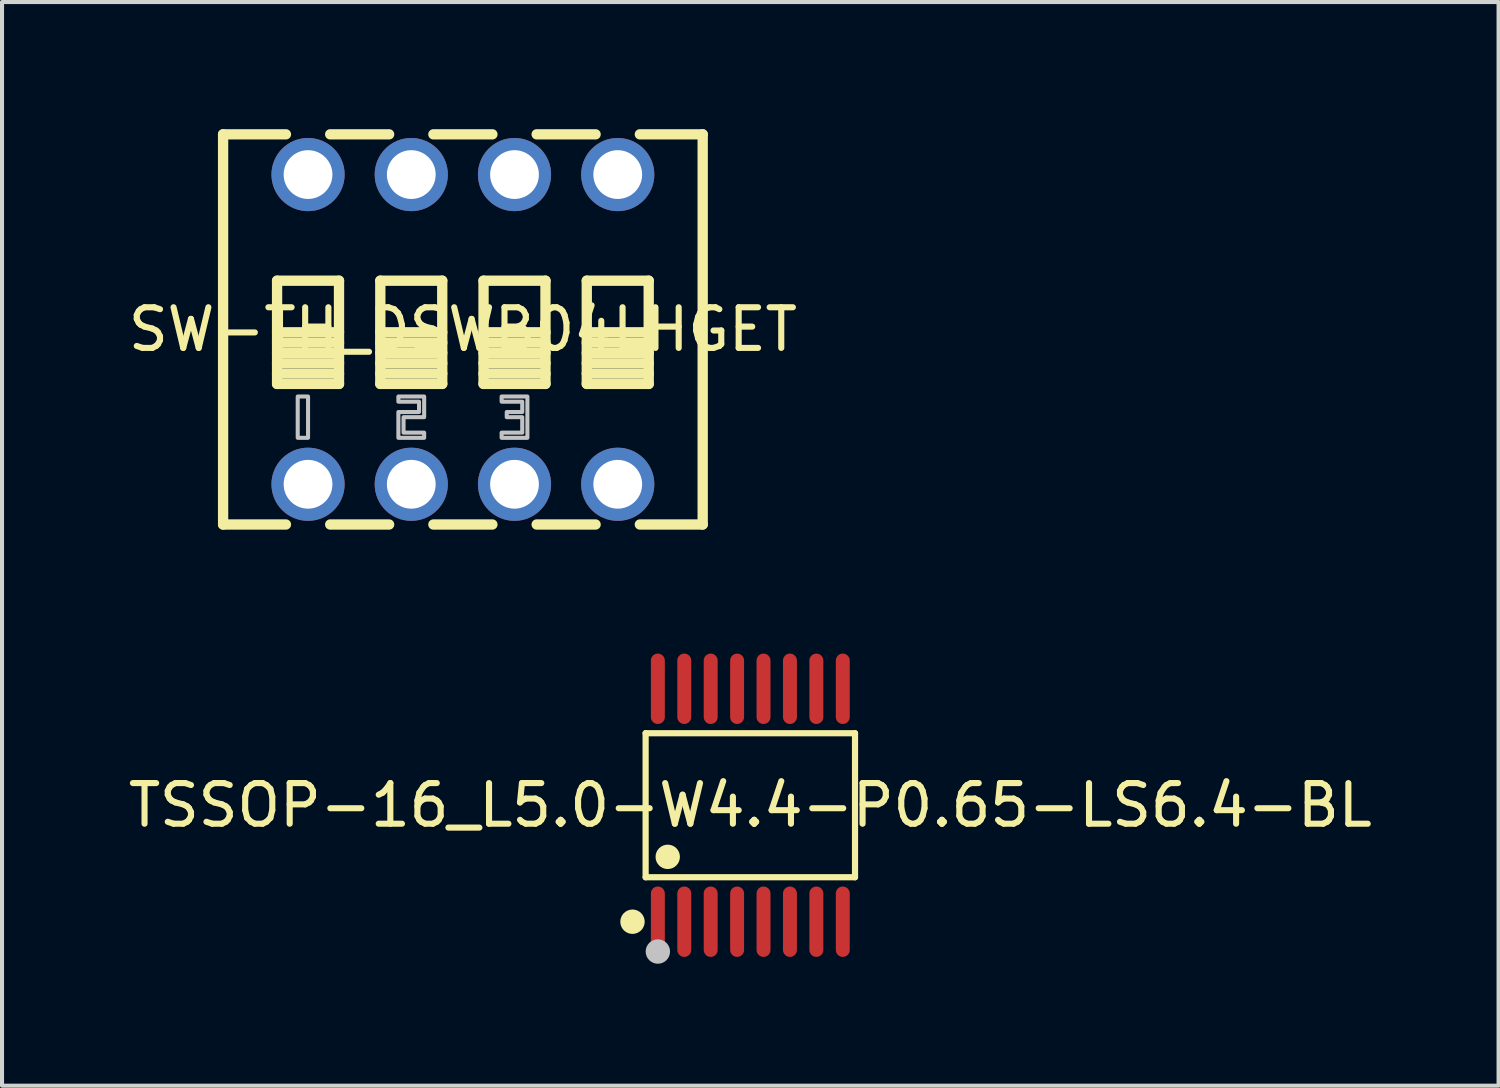
<source format=kicad_pcb>
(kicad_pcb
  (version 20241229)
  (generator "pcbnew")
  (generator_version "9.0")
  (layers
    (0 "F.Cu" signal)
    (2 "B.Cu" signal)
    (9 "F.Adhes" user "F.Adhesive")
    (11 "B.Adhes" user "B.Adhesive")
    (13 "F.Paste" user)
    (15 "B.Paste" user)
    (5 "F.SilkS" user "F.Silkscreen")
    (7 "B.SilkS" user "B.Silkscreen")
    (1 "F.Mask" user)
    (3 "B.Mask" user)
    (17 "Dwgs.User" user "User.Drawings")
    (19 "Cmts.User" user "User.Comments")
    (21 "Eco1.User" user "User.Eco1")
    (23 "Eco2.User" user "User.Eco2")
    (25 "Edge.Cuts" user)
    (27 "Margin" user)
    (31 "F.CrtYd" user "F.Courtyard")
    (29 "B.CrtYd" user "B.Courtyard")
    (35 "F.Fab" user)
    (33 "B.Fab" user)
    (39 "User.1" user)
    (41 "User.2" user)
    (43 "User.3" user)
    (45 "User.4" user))
  (footprint "SW-TH_DSWB04LHGET"
    (layer "F.Cu")
    (at 8.339 5.055)
    (property "Reference" "SW-TH_DSWB04LHGET" (at 0 0 0) (layer "F.SilkS") (effects (font (size 1 1) (thickness 0.15))))
    (fp_line (start -5.9 -4.8) (end -4.354 -4.8) (stroke (width 0.254) (type default)) (layer "F.SilkS"))
    (fp_line (start -5.9 4.8) (end -5.9 -4.8) (stroke (width 0.254) (type default)) (layer "F.SilkS"))
    (fp_line (start -5.9 4.8) (end -4.354 4.8) (stroke (width 0.254) (type default)) (layer "F.SilkS"))
    (fp_line (start -4.572 -1.199) (end -3.048 -1.199) (stroke (width 0.254) (type default)) (layer "F.SilkS"))
    (fp_line (start -4.572 0.071) (end -3.048 0.071) (stroke (width 0.254) (type default)) (layer "F.SilkS"))
    (fp_line (start -4.572 0.325) (end -3.048 0.325) (stroke (width 0.254) (type default)) (layer "F.SilkS"))
    (fp_line (start -4.572 0.579) (end -3.048 0.579) (stroke (width 0.254) (type default)) (layer "F.SilkS"))
    (fp_line (start -4.572 0.833) (end -3.048 0.833) (stroke (width 0.254) (type default)) (layer "F.SilkS"))
    (fp_line (start -4.572 1.087) (end -3.048 1.087) (stroke (width 0.254) (type default)) (layer "F.SilkS"))
    (fp_line (start -4.572 1.341) (end -4.572 -1.199) (stroke (width 0.254) (type default)) (layer "F.SilkS"))
    (fp_line (start -3.265 -4.8) (end -1.815 -4.8) (stroke (width 0.254) (type default)) (layer "F.SilkS"))
    (fp_line (start -3.265 4.8) (end -1.815 4.8) (stroke (width 0.254) (type default)) (layer "F.SilkS"))
    (fp_line (start -3.048 -1.199) (end -3.048 1.341) (stroke (width 0.254) (type default)) (layer "F.SilkS"))
    (fp_line (start -3.048 1.341) (end -4.572 1.341) (stroke (width 0.254) (type default)) (layer "F.SilkS"))
    (fp_line (start -2.032 -1.199) (end -0.508 -1.199) (stroke (width 0.254) (type default)) (layer "F.SilkS"))
    (fp_line (start -2.032 0.071) (end -0.508 0.071) (stroke (width 0.254) (type default)) (layer "F.SilkS"))
    (fp_line (start -2.032 0.325) (end -0.508 0.325) (stroke (width 0.254) (type default)) (layer "F.SilkS"))
    (fp_line (start -2.032 0.579) (end -0.508 0.579) (stroke (width 0.254) (type default)) (layer "F.SilkS"))
    (fp_line (start -2.032 0.833) (end -0.508 0.833) (stroke (width 0.254) (type default)) (layer "F.SilkS"))
    (fp_line (start -2.032 1.087) (end -0.508 1.087) (stroke (width 0.254) (type default)) (layer "F.SilkS"))
    (fp_line (start -2.032 1.341) (end -2.032 -1.199) (stroke (width 0.254) (type default)) (layer "F.SilkS"))
    (fp_line (start -0.726 -4.8) (end 0.726 -4.8) (stroke (width 0.254) (type default)) (layer "F.SilkS"))
    (fp_line (start -0.726 4.8) (end 0.726 4.8) (stroke (width 0.254) (type default)) (layer "F.SilkS"))
    (fp_line (start -0.508 -1.199) (end -0.508 1.341) (stroke (width 0.254) (type default)) (layer "F.SilkS"))
    (fp_line (start -0.508 1.341) (end -2.032 1.341) (stroke (width 0.254) (type default)) (layer "F.SilkS"))
    (fp_line (start 0.508 -1.199) (end 2.032 -1.199) (stroke (width 0.254) (type default)) (layer "F.SilkS"))
    (fp_line (start 0.508 0.071) (end 2.032 0.071) (stroke (width 0.254) (type default)) (layer "F.SilkS"))
    (fp_line (start 0.508 0.325) (end 2.032 0.325) (stroke (width 0.254) (type default)) (layer "F.SilkS"))
    (fp_line (start 0.508 0.579) (end 2.032 0.579) (stroke (width 0.254) (type default)) (layer "F.SilkS"))
    (fp_line (start 0.508 0.833) (end 2.032 0.833) (stroke (width 0.254) (type default)) (layer "F.SilkS"))
    (fp_line (start 0.508 1.087) (end 2.032 1.087) (stroke (width 0.254) (type default)) (layer "F.SilkS"))
    (fp_line (start 0.508 1.341) (end 0.508 -1.199) (stroke (width 0.254) (type default)) (layer "F.SilkS"))
    (fp_line (start 1.815 -4.8) (end 3.265 -4.8) (stroke (width 0.254) (type default)) (layer "F.SilkS"))
    (fp_line (start 1.815 4.8) (end 3.265 4.8) (stroke (width 0.254) (type default)) (layer "F.SilkS"))
    (fp_line (start 2.032 -1.199) (end 2.032 1.341) (stroke (width 0.254) (type default)) (layer "F.SilkS"))
    (fp_line (start 2.032 1.341) (end 0.508 1.341) (stroke (width 0.254) (type default)) (layer "F.SilkS"))
    (fp_line (start 3.048 -1.199) (end 4.572 -1.199) (stroke (width 0.254) (type default)) (layer "F.SilkS"))
    (fp_line (start 3.048 0.071) (end 4.572 0.071) (stroke (width 0.254) (type default)) (layer "F.SilkS"))
    (fp_line (start 3.048 0.325) (end 4.572 0.325) (stroke (width 0.254) (type default)) (layer "F.SilkS"))
    (fp_line (start 3.048 0.579) (end 4.572 0.579) (stroke (width 0.254) (type default)) (layer "F.SilkS"))
    (fp_line (start 3.048 0.833) (end 4.572 0.833) (stroke (width 0.254) (type default)) (layer "F.SilkS"))
    (fp_line (start 3.048 1.087) (end 4.572 1.087) (stroke (width 0.254) (type default)) (layer "F.SilkS"))
    (fp_line (start 3.048 1.341) (end 3.048 -1.199) (stroke (width 0.254) (type default)) (layer "F.SilkS"))
    (fp_line (start 4.354 -4.8) (end 5.9 -4.8) (stroke (width 0.254) (type default)) (layer "F.SilkS"))
    (fp_line (start 4.354 4.8) (end 5.9 4.8) (stroke (width 0.254) (type default)) (layer "F.SilkS"))
    (fp_line (start 4.572 -1.199) (end 4.572 1.341) (stroke (width 0.254) (type default)) (layer "F.SilkS"))
    (fp_line (start 4.572 1.341) (end 3.048 1.341) (stroke (width 0.254) (type default)) (layer "F.SilkS"))
    (fp_line (start 5.9 -4.8) (end 5.9 4.8) (stroke (width 0.254) (type default)) (layer "F.SilkS"))
    (fp_poly (pts (xy -4.064 1.651) (xy -4.064 2.667) (xy -3.81 2.667) (xy -3.81 1.651)) (stroke (width 0.1) (type default)) (fill no) (layer "Dwgs.User"))
    (fp_poly (pts (xy -1.46 1.651) (xy -0.953 1.651) (xy -0.953 2.159) (xy -1.46 2.159) (xy -1.46 2.54) (xy -0.953 2.54) (xy -0.953 2.667) (xy -1.587 2.667) (xy -1.587 2.032) (xy -1.079 2.032) (xy -1.079 1.778) (xy -1.587 1.778) (xy -1.587 1.651)) (stroke (width 0.1) (type default)) (fill no) (layer "Dwgs.User"))
    (fp_poly (pts (xy 1.079 1.651) (xy 1.587 1.651) (xy 1.587 2.667) (xy 1.079 2.667) (xy 0.953 2.667) (xy 0.953 2.54) (xy 1.46 2.54) (xy 1.46 2.159) (xy 1.079 2.159) (xy 1.079 2.032) (xy 1.46 2.032) (xy 1.46 1.778) (xy 0.953 1.778) (xy 0.953 1.651)) (stroke (width 0.1) (type default)) (fill no) (layer "Dwgs.User"))
    (fp_poly (pts (xy -4.11 -3.66) (xy -4.11 -3.96) (xy -3.51 -3.96) (xy -3.51 -3.66)) (stroke (width 0.1) (type default)) (fill no) (layer "User.1"))
    (fp_poly (pts (xy -4.11 3.96) (xy -4.11 3.66) (xy -3.51 3.66) (xy -3.51 3.96)) (stroke (width 0.1) (type default)) (fill no) (layer "User.1"))
    (fp_poly (pts (xy -1.57 -3.66) (xy -1.57 -3.96) (xy -0.97 -3.96) (xy -0.97 -3.66)) (stroke (width 0.1) (type default)) (fill no) (layer "User.1"))
    (fp_poly (pts (xy -1.57 3.96) (xy -1.57 3.66) (xy -0.97 3.66) (xy -0.97 3.96)) (stroke (width 0.1) (type default)) (fill no) (layer "User.1"))
    (fp_poly (pts (xy 0.97 -3.66) (xy 0.97 -3.96) (xy 1.57 -3.96) (xy 1.57 -3.66)) (stroke (width 0.1) (type default)) (fill no) (layer "User.1"))
    (fp_poly (pts (xy 0.97 3.96) (xy 0.97 3.66) (xy 1.57 3.66) (xy 1.57 3.96)) (stroke (width 0.1) (type default)) (fill no) (layer "User.1"))
    (fp_poly (pts (xy 3.51 -3.66) (xy 3.51 -3.96) (xy 4.11 -3.96) (xy 4.11 -3.66)) (stroke (width 0.1) (type default)) (fill no) (layer "User.1"))
    (fp_poly (pts (xy 3.51 3.96) (xy 3.51 3.66) (xy 4.11 3.66) (xy 4.11 3.96)) (stroke (width 0.1) (type default)) (fill no) (layer "User.1"))
    (fp_line (start -5.79 -4.95) (end 5.79 -4.95) (stroke (width 0.051) (type default)) (layer "User.2"))
    (fp_line (start -5.79 4.95) (end -5.79 -4.95) (stroke (width 0.051) (type default)) (layer "User.2"))
    (fp_line (start 5.79 -4.95) (end 5.79 4.95) (stroke (width 0.051) (type default)) (layer "User.2"))
    (fp_line (start 5.79 4.95) (end -5.79 4.95) (stroke (width 0.051) (type default)) (layer "User.2"))
    (fp_poly (pts (xy -5.735 -4.973) (xy -5.767 -5.005) (xy -5.813 -5.005) (xy -5.845 -4.973) (xy -5.845 -4.927) (xy -5.813 -4.895) (xy -5.767 -4.895) (xy -5.735 -4.927)) (stroke (width 0.1) (type default)) (fill no) (layer "User.3"))
    (pad "1" thru_hole circle (at -3.81 -3.81) (size 1.8 1.8) (drill 1.2) (layers "*.Cu" "*.Mask"))
    (pad "2" thru_hole circle (at -1.27 -3.81) (size 1.8 1.8) (drill 1.2) (layers "*.Cu" "*.Mask"))
    (pad "3" thru_hole circle (at 1.27 -3.81) (size 1.8 1.8) (drill 1.2) (layers "*.Cu" "*.Mask"))
    (pad "4" thru_hole circle (at 3.81 -3.81) (size 1.8 1.8) (drill 1.2) (layers "*.Cu" "*.Mask"))
    (pad "5" thru_hole circle (at -3.81 3.81) (size 1.8 1.8) (drill 1.2) (layers "*.Cu" "*.Mask"))
    (pad "6" thru_hole circle (at -1.27 3.81) (size 1.8 1.8) (drill 1.2) (layers "*.Cu" "*.Mask"))
    (pad "7" thru_hole circle (at 1.27 3.81) (size 1.8 1.8) (drill 1.2) (layers "*.Cu" "*.Mask"))
    (pad "8" thru_hole circle (at 3.81 3.81) (size 1.8 1.8) (drill 1.2) (layers "*.Cu" "*.Mask")))
  (footprint "TSSOP-16_L5.0-W4.4-P0.65-LS6.4-BL"
    (layer "F.Cu")
    (at 15.411 16.762)
    (property "Reference" "TSSOP-16_L5.0-W4.4-P0.65-LS6.4-BL" (at 0 0 0) (layer "F.SilkS") (effects (font (size 1 1) (thickness 0.15))))
    (fp_line (start -2.576 -1.772) (end 2.576 -1.772) (stroke (width 0.152) (type default)) (layer "F.SilkS"))
    (fp_line (start -2.576 1.772) (end -2.576 -1.772) (stroke (width 0.152) (type default)) (layer "F.SilkS"))
    (fp_line (start 2.576 -1.772) (end 2.576 1.772) (stroke (width 0.152) (type default)) (layer "F.SilkS"))
    (fp_line (start 2.576 1.772) (end -2.576 1.772) (stroke (width 0.152) (type default)) (layer "F.SilkS"))
    (fp_circle (center -2.899 2.866) (end -2.749 2.866) (stroke (width 0.3) (type default)) (fill no) (layer "F.SilkS"))
    (fp_circle (center -2.032 1.27) (end -1.882 1.27) (stroke (width 0.3) (type default)) (fill no) (layer "F.SilkS"))
    (fp_circle (center -2.275 3.6) (end -2.125 3.6) (stroke (width 0.3) (type default)) (fill no) (layer "Dwgs.User"))
    (fp_poly (pts (xy -2.397 -3.2) (xy -2.397 -2.6) (xy -2.152 -2.6) (xy -2.152 -3.2)) (stroke (width 0.1) (type default)) (fill no) (layer "User.1"))
    (fp_poly (pts (xy -2.397 -2.61) (xy -2.397 -2.19) (xy -2.152 -2.19) (xy -2.152 -2.61)) (stroke (width 0.1) (type default)) (fill no) (layer "User.1"))
    (fp_poly (pts (xy -2.397 2.61) (xy -2.397 2.19) (xy -2.152 2.19) (xy -2.152 2.61)) (stroke (width 0.1) (type default)) (fill no) (layer "User.1"))
    (fp_poly (pts (xy -2.397 3.2) (xy -2.397 2.6) (xy -2.152 2.6) (xy -2.152 3.2)) (stroke (width 0.1) (type default)) (fill no) (layer "User.1"))
    (fp_poly (pts (xy -1.748 -3.2) (xy -1.748 -2.6) (xy -1.502 -2.6) (xy -1.502 -3.2)) (stroke (width 0.1) (type default)) (fill no) (layer "User.1"))
    (fp_poly (pts (xy -1.748 -2.61) (xy -1.748 -2.19) (xy -1.502 -2.19) (xy -1.502 -2.61)) (stroke (width 0.1) (type default)) (fill no) (layer "User.1"))
    (fp_poly (pts (xy -1.748 2.61) (xy -1.748 2.19) (xy -1.502 2.19) (xy -1.502 2.61)) (stroke (width 0.1) (type default)) (fill no) (layer "User.1"))
    (fp_poly (pts (xy -1.748 3.2) (xy -1.748 2.6) (xy -1.502 2.6) (xy -1.502 3.2)) (stroke (width 0.1) (type default)) (fill no) (layer "User.1"))
    (fp_poly (pts (xy -1.097 -3.2) (xy -1.097 -2.6) (xy -0.853 -2.6) (xy -0.853 -3.2)) (stroke (width 0.1) (type default)) (fill no) (layer "User.1"))
    (fp_poly (pts (xy -1.097 -2.61) (xy -1.097 -2.19) (xy -0.853 -2.19) (xy -0.853 -2.61)) (stroke (width 0.1) (type default)) (fill no) (layer "User.1"))
    (fp_poly (pts (xy -1.097 2.61) (xy -1.097 2.19) (xy -0.853 2.19) (xy -0.853 2.61)) (stroke (width 0.1) (type default)) (fill no) (layer "User.1"))
    (fp_poly (pts (xy -1.097 3.2) (xy -1.097 2.6) (xy -0.853 2.6) (xy -0.853 3.2)) (stroke (width 0.1) (type default)) (fill no) (layer "User.1"))
    (fp_poly (pts (xy -0.448 -3.2) (xy -0.448 -2.6) (xy -0.203 -2.6) (xy -0.203 -3.2)) (stroke (width 0.1) (type default)) (fill no) (layer "User.1"))
    (fp_poly (pts (xy -0.448 -2.61) (xy -0.448 -2.19) (xy -0.203 -2.19) (xy -0.203 -2.61)) (stroke (width 0.1) (type default)) (fill no) (layer "User.1"))
    (fp_poly (pts (xy -0.448 2.61) (xy -0.448 2.19) (xy -0.203 2.19) (xy -0.203 2.61)) (stroke (width 0.1) (type default)) (fill no) (layer "User.1"))
    (fp_poly (pts (xy -0.448 3.2) (xy -0.448 2.6) (xy -0.203 2.6) (xy -0.203 3.2)) (stroke (width 0.1) (type default)) (fill no) (layer "User.1"))
    (fp_poly (pts (xy 0.203 -3.2) (xy 0.203 -2.6) (xy 0.448 -2.6) (xy 0.448 -3.2)) (stroke (width 0.1) (type default)) (fill no) (layer "User.1"))
    (fp_poly (pts (xy 0.203 -2.61) (xy 0.203 -2.19) (xy 0.448 -2.19) (xy 0.448 -2.61)) (stroke (width 0.1) (type default)) (fill no) (layer "User.1"))
    (fp_poly (pts (xy 0.203 2.61) (xy 0.203 2.19) (xy 0.448 2.19) (xy 0.448 2.61)) (stroke (width 0.1) (type default)) (fill no) (layer "User.1"))
    (fp_poly (pts (xy 0.203 3.2) (xy 0.203 2.6) (xy 0.448 2.6) (xy 0.448 3.2)) (stroke (width 0.1) (type default)) (fill no) (layer "User.1"))
    (fp_poly (pts (xy 0.853 -3.2) (xy 0.853 -2.6) (xy 1.097 -2.6) (xy 1.097 -3.2)) (stroke (width 0.1) (type default)) (fill no) (layer "User.1"))
    (fp_poly (pts (xy 0.853 -2.61) (xy 0.853 -2.19) (xy 1.097 -2.19) (xy 1.097 -2.61)) (stroke (width 0.1) (type default)) (fill no) (layer "User.1"))
    (fp_poly (pts (xy 0.853 2.61) (xy 0.853 2.19) (xy 1.097 2.19) (xy 1.097 2.61)) (stroke (width 0.1) (type default)) (fill no) (layer "User.1"))
    (fp_poly (pts (xy 0.853 3.2) (xy 0.853 2.6) (xy 1.097 2.6) (xy 1.097 3.2)) (stroke (width 0.1) (type default)) (fill no) (layer "User.1"))
    (fp_poly (pts (xy 1.502 -3.2) (xy 1.502 -2.6) (xy 1.748 -2.6) (xy 1.748 -3.2)) (stroke (width 0.1) (type default)) (fill no) (layer "User.1"))
    (fp_poly (pts (xy 1.502 -2.61) (xy 1.502 -2.19) (xy 1.748 -2.19) (xy 1.748 -2.61)) (stroke (width 0.1) (type default)) (fill no) (layer "User.1"))
    (fp_poly (pts (xy 1.502 2.61) (xy 1.502 2.19) (xy 1.748 2.19) (xy 1.748 2.61)) (stroke (width 0.1) (type default)) (fill no) (layer "User.1"))
    (fp_poly (pts (xy 1.502 3.2) (xy 1.502 2.6) (xy 1.748 2.6) (xy 1.748 3.2)) (stroke (width 0.1) (type default)) (fill no) (layer "User.1"))
    (fp_poly (pts (xy 2.152 -3.2) (xy 2.152 -2.6) (xy 2.397 -2.6) (xy 2.397 -3.2)) (stroke (width 0.1) (type default)) (fill no) (layer "User.1"))
    (fp_poly (pts (xy 2.152 -2.61) (xy 2.152 -2.19) (xy 2.397 -2.19) (xy 2.397 -2.61)) (stroke (width 0.1) (type default)) (fill no) (layer "User.1"))
    (fp_poly (pts (xy 2.152 2.61) (xy 2.152 2.19) (xy 2.397 2.19) (xy 2.397 2.61)) (stroke (width 0.1) (type default)) (fill no) (layer "User.1"))
    (fp_poly (pts (xy 2.152 3.2) (xy 2.152 2.6) (xy 2.397 2.6) (xy 2.397 3.2)) (stroke (width 0.1) (type default)) (fill no) (layer "User.1"))
    (fp_line (start -2.5 -2.2) (end 2.5 -2.2) (stroke (width 0.051) (type default)) (layer "User.2"))
    (fp_line (start -2.5 2.2) (end -2.5 -2.2) (stroke (width 0.051) (type default)) (layer "User.2"))
    (fp_line (start 2.5 -2.2) (end 2.5 2.2) (stroke (width 0.051) (type default)) (layer "User.2"))
    (fp_line (start 2.5 2.2) (end -2.5 2.2) (stroke (width 0.051) (type default)) (layer "User.2"))
    (fp_poly (pts (xy -2.445 3.177) (xy -2.477 3.145) (xy -2.523 3.145) (xy -2.555 3.177) (xy -2.555 3.223) (xy -2.523 3.255) (xy -2.477 3.255) (xy -2.445 3.223)) (stroke (width 0.1) (type default)) (fill no) (layer "User.3"))
    (pad "1" smd oval (at -2.275 2.866) (size 0.343 1.732) (layers "F.Cu" "F.Mask" "F.Paste"))
    (pad "2" smd oval (at -1.625 2.866) (size 0.343 1.732) (layers "F.Cu" "F.Mask" "F.Paste"))
    (pad "3" smd oval (at -0.975 2.866) (size 0.343 1.732) (layers "F.Cu" "F.Mask" "F.Paste"))
    (pad "4" smd oval (at -0.325 2.866) (size 0.343 1.732) (layers "F.Cu" "F.Mask" "F.Paste"))
    (pad "5" smd oval (at 0.325 2.866) (size 0.343 1.732) (layers "F.Cu" "F.Mask" "F.Paste"))
    (pad "6" smd oval (at 0.975 2.866) (size 0.343 1.732) (layers "F.Cu" "F.Mask" "F.Paste"))
    (pad "7" smd oval (at 1.625 2.866) (size 0.343 1.732) (layers "F.Cu" "F.Mask" "F.Paste"))
    (pad "8" smd oval (at 2.275 2.866) (size 0.343 1.732) (layers "F.Cu" "F.Mask" "F.Paste"))
    (pad "9" smd oval (at 2.275 -2.865) (size 0.343 1.732) (layers "F.Cu" "F.Mask" "F.Paste"))
    (pad "10" smd oval (at 1.625 -2.865) (size 0.343 1.732) (layers "F.Cu" "F.Mask" "F.Paste"))
    (pad "11" smd oval (at 0.975 -2.865) (size 0.343 1.732) (layers "F.Cu" "F.Mask" "F.Paste"))
    (pad "12" smd oval (at 0.325 -2.865) (size 0.343 1.732) (layers "F.Cu" "F.Mask" "F.Paste"))
    (pad "13" smd oval (at -0.325 -2.865) (size 0.343 1.732) (layers "F.Cu" "F.Mask" "F.Paste"))
    (pad "14" smd oval (at -0.975 -2.865) (size 0.343 1.732) (layers "F.Cu" "F.Mask" "F.Paste"))
    (pad "15" smd oval (at -1.625 -2.865) (size 0.343 1.732) (layers "F.Cu" "F.Mask" "F.Paste"))
    (pad "16" smd oval (at -2.275 -2.865) (size 0.343 1.732) (layers "F.Cu" "F.Mask" "F.Paste")))
  (gr_rect
    (start -3 -3)
    (end 33.821 23.662)
    (stroke (width 0.1) (type default))
    (fill no)
    (layer "Edge.Cuts")))
</source>
